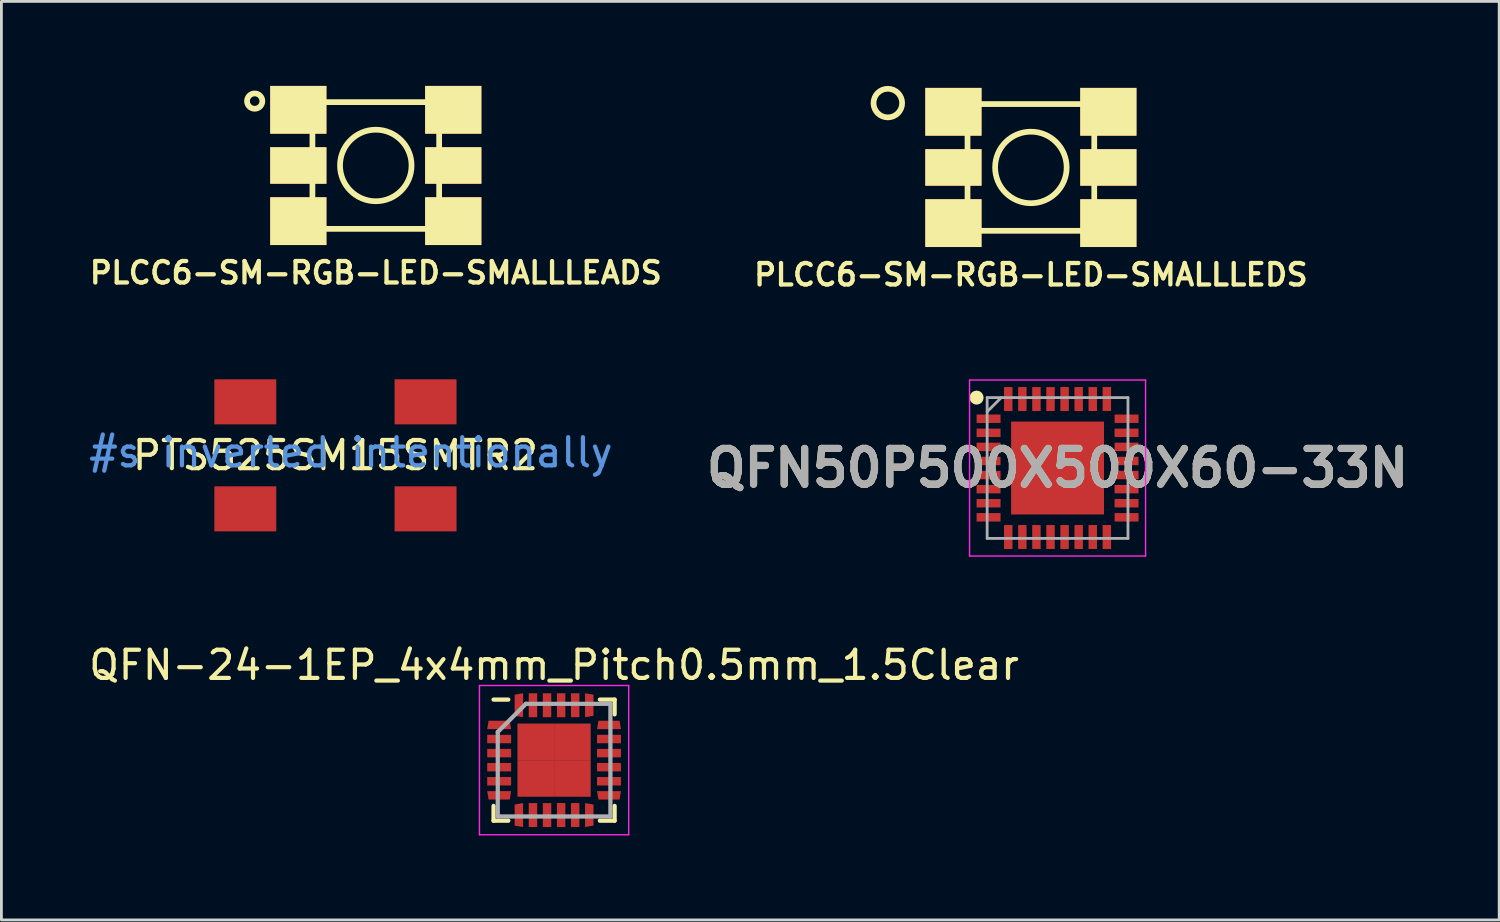
<source format=kicad_pcb>
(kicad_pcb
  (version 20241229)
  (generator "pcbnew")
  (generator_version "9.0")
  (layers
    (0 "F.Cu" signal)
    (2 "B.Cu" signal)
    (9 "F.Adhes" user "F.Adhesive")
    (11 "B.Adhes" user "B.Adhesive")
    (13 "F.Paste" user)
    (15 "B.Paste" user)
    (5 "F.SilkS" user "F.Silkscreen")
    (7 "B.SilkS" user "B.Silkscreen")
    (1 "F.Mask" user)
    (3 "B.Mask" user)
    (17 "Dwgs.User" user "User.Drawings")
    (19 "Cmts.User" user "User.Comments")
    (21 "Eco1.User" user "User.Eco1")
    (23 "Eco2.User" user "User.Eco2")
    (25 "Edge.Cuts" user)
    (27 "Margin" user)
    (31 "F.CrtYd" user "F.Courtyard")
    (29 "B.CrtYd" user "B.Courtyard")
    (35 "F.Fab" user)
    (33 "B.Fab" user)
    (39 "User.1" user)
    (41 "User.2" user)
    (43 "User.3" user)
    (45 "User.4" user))
  (footprint "PTS525SM15SMTR2"
    (layer "F.Cu")
    (at 8.861 13.119)
    (property "Reference" "PTS525SM15SMTR2" (at 0 0 0) (layer "F.SilkS") (effects (font (size 1 1) (thickness 0.15))))
    (attr through_hole)
    (fp_text user "#s inverted intentionally" (at 0.55 -0.1 0) (layer "Cmts.User") (effects (font (size 1 1) (thickness 0.15))))
    (pad "1" smd rect (at -3.2 1.9) (size 2.2 1.6) (layers "F.Cu" "F.Mask" "F.Paste"))
    (pad "2" smd rect (at -3.2 -1.9) (size 2.2 1.6) (layers "F.Cu" "F.Mask" "F.Paste"))
    (pad "3" smd rect (at 3.2 -1.9) (size 2.2 1.6) (layers "F.Cu" "F.Mask" "F.Paste"))
    (pad "4" smd rect (at 3.2 1.9) (size 2.2 1.6) (layers "F.Cu" "F.Mask" "F.Paste")))
  (footprint "QFN-24-1EP_4x4mm_Pitch0.5mm_1.5Clear"
    (layer "F.Cu")
    (at 16.625 23.942)
    (property "Reference" "QFN-24-1EP_4x4mm_Pitch0.5mm_1.5Clear" (at 0 -3.375 0) (layer "F.SilkS") (effects (font (size 1 1) (thickness 0.15))))
    (attr smd)
    (fp_line (start -2.15 -2.15) (end -1.625 -2.15) (stroke (width 0.15) (type solid)) (layer "F.SilkS"))
    (fp_line (start -2.15 2.15) (end -2.15 1.625) (stroke (width 0.15) (type solid)) (layer "F.SilkS"))
    (fp_line (start -2.15 2.15) (end -1.625 2.15) (stroke (width 0.15) (type solid)) (layer "F.SilkS"))
    (fp_line (start 2.15 -2.15) (end 1.625 -2.15) (stroke (width 0.15) (type solid)) (layer "F.SilkS"))
    (fp_line (start 2.15 -2.15) (end 2.15 -1.625) (stroke (width 0.15) (type solid)) (layer "F.SilkS"))
    (fp_line (start 2.15 2.15) (end 1.625 2.15) (stroke (width 0.15) (type solid)) (layer "F.SilkS"))
    (fp_line (start 2.15 2.15) (end 2.15 1.625) (stroke (width 0.15) (type solid)) (layer "F.SilkS"))
    (fp_line (start -2.65 -2.65) (end -2.65 2.65) (stroke (width 0.05) (type solid)) (layer "F.CrtYd"))
    (fp_line (start -2.65 -2.65) (end 2.65 -2.65) (stroke (width 0.05) (type solid)) (layer "F.CrtYd"))
    (fp_line (start -2.65 2.65) (end 2.65 2.65) (stroke (width 0.05) (type solid)) (layer "F.CrtYd"))
    (fp_line (start 2.65 -2.65) (end 2.65 2.65) (stroke (width 0.05) (type solid)) (layer "F.CrtYd"))
    (fp_line (start -2 -1) (end -1 -2) (stroke (width 0.15) (type solid)) (layer "F.Fab"))
    (fp_line (start -2 2) (end -2 -1) (stroke (width 0.15) (type solid)) (layer "F.Fab"))
    (fp_line (start -1 -2) (end 2 -2) (stroke (width 0.15) (type solid)) (layer "F.Fab"))
    (fp_line (start 2 -2) (end 2 2) (stroke (width 0.15) (type solid)) (layer "F.Fab"))
    (fp_line (start 2 2) (end -2 2) (stroke (width 0.15) (type solid)) (layer "F.Fab"))
    (pad "1" smd trapezoid (at -1.95 -1.25) (size 0.8 0.3) (rect_delta 0 0.05) (layers "F.Cu" "F.Mask" "F.Paste"))
    (pad "2" smd rect (at -1.95 -0.75) (size 0.85 0.3) (layers "F.Cu" "F.Mask" "F.Paste"))
    (pad "3" smd rect (at -1.95 -0.25) (size 0.85 0.3) (layers "F.Cu" "F.Mask" "F.Paste"))
    (pad "4" smd rect (at -1.95 0.25) (size 0.85 0.3) (layers "F.Cu" "F.Mask" "F.Paste"))
    (pad "5" smd rect (at -1.95 0.75) (size 0.85 0.3) (layers "F.Cu" "F.Mask" "F.Paste"))
    (pad "6" smd trapezoid (at -1.95 1.25 180) (size 0.8 0.3) (rect_delta 0 0.05) (layers "F.Cu" "F.Mask" "F.Paste"))
    (pad "7" smd trapezoid (at -1.25 1.95 90) (size 0.8 0.3) (rect_delta 0 0.05) (layers "F.Cu" "F.Mask" "F.Paste"))
    (pad "8" smd rect (at -0.75 1.95 90) (size 0.85 0.3) (layers "F.Cu" "F.Mask" "F.Paste"))
    (pad "9" smd rect (at -0.25 1.95 90) (size 0.85 0.3) (layers "F.Cu" "F.Mask" "F.Paste"))
    (pad "10" smd rect (at 0.25 1.95 90) (size 0.85 0.3) (layers "F.Cu" "F.Mask" "F.Paste"))
    (pad "11" smd rect (at 0.75 1.95 90) (size 0.85 0.3) (layers "F.Cu" "F.Mask" "F.Paste"))
    (pad "12" smd trapezoid (at 1.25 1.95 270) (size 0.8 0.3) (rect_delta 0 0.05) (layers "F.Cu" "F.Mask" "F.Paste"))
    (pad "13" smd trapezoid (at 1.95 1.25 180) (size 0.8 0.3) (rect_delta 0 0.05) (layers "F.Cu" "F.Mask" "F.Paste"))
    (pad "14" smd rect (at 1.95 0.75) (size 0.85 0.3) (layers "F.Cu" "F.Mask" "F.Paste"))
    (pad "15" smd rect (at 1.95 0.25) (size 0.85 0.3) (layers "F.Cu" "F.Mask" "F.Paste"))
    (pad "16" smd rect (at 1.95 -0.25) (size 0.85 0.3) (layers "F.Cu" "F.Mask" "F.Paste"))
    (pad "17" smd rect (at 1.95 -0.75) (size 0.85 0.3) (layers "F.Cu" "F.Mask" "F.Paste"))
    (pad "18" smd trapezoid (at 1.95 -1.25) (size 0.8 0.3) (rect_delta 0 0.05) (layers "F.Cu" "F.Mask" "F.Paste"))
    (pad "19" smd trapezoid (at 1.25 -1.95 270) (size 0.8 0.3) (rect_delta 0 0.05) (layers "F.Cu" "F.Mask" "F.Paste"))
    (pad "20" smd rect (at 0.75 -1.95 90) (size 0.85 0.3) (layers "F.Cu" "F.Mask" "F.Paste"))
    (pad "21" smd rect (at 0.25 -1.95 90) (size 0.85 0.3) (layers "F.Cu" "F.Mask" "F.Paste"))
    (pad "22" smd rect (at -0.25 -1.95 90) (size 0.85 0.3) (layers "F.Cu" "F.Mask" "F.Paste"))
    (pad "23" smd rect (at -0.75 -1.95 90) (size 0.85 0.3) (layers "F.Cu" "F.Mask" "F.Paste"))
    (pad "24" smd trapezoid (at -1.25 -1.95 90) (size 0.8 0.3) (rect_delta 0 0.05) (layers "F.Cu" "F.Mask" "F.Paste"))
    (pad "25" smd rect (at -0.65 -0.65) (size 1.3 1.3) (layers "F.Cu" "F.Mask" "F.Paste"))
    (pad "25" smd rect (at -0.65 0.65) (size 1.3 1.3) (layers "F.Cu" "F.Mask" "F.Paste"))
    (pad "25" smd rect (at 0.65 -0.65) (size 1.3 1.3) (layers "F.Cu" "F.Mask" "F.Paste"))
    (pad "25" smd rect (at 0.65 0.65) (size 1.3 1.3) (layers "F.Cu" "F.Mask" "F.Paste")))
  (footprint "PLCC6-SM-RGB-LED-SMALLLEADS"
    (layer "F.Cu")
    (at 10.294 2.826)
    (property "Reference" "PLCC6-SM-RGB-LED-SMALLLEADS" (at 0 3.81 0) (layer "F.SilkS") (effects (font (size 0.762 0.762) (thickness 0.152))))
    (attr smd)
    (fp_line (start -2.25 -2.25) (end 2.25 -2.25) (stroke (width 0.203) (type solid)) (layer "F.SilkS"))
    (fp_line (start -2.25 2.25) (end -2.25 -2.25) (stroke (width 0.203) (type solid)) (layer "F.SilkS"))
    (fp_line (start 2.25 -2.25) (end 2.25 2.25) (stroke (width 0.203) (type solid)) (layer "F.SilkS"))
    (fp_line (start 2.25 2.25) (end -2.25 2.25) (stroke (width 0.203) (type solid)) (layer "F.SilkS"))
    (fp_circle (center -4.3 -2.286) (end -4.572 -2.286) (stroke (width 0.203) (type solid)) (fill no) (layer "F.SilkS"))
    (fp_circle (center 0 0) (end 0 -1.27) (stroke (width 0.203) (type solid)) (fill no) (layer "F.SilkS"))
    (pad "1" smd rect (at -2.751 -1.976) (size 2 1.699) (layers "F.Cu" "F.Mask" "F.SilkS" "F.Paste"))
    (pad "2" smd rect (at -2.751 0) (size 2 1.3) (layers "F.Cu" "F.Mask" "F.SilkS" "F.Paste"))
    (pad "3" smd rect (at -2.751 1.976) (size 2 1.699) (layers "F.Cu" "F.Mask" "F.SilkS" "F.Paste"))
    (pad "4" smd rect (at 2.751 1.976) (size 2 1.699) (layers "F.Cu" "F.Mask" "F.SilkS" "F.Paste"))
    (pad "5" smd rect (at 2.751 0) (size 2 1.3) (layers "F.Cu" "F.Mask" "F.SilkS" "F.Paste"))
    (pad "6" smd rect (at 2.751 -1.976) (size 2 1.699) (layers "F.Cu" "F.Mask" "F.SilkS" "F.Paste")))
  (footprint "PLCC6-SM-RGB-LED-SMALLLEDS"
    (layer "F.Cu")
    (at 33.556 2.896)
    (property "Reference" "PLCC6-SM-RGB-LED-SMALLLEDS" (at 0 3.81 0) (layer "F.SilkS") (effects (font (size 0.762 0.762) (thickness 0.152))))
    (attr smd)
    (fp_line (start -2.25 -2.25) (end 2.25 -2.25) (stroke (width 0.203) (type solid)) (layer "F.SilkS"))
    (fp_line (start -2.25 2.25) (end -2.25 -2.25) (stroke (width 0.203) (type solid)) (layer "F.SilkS"))
    (fp_line (start 2.25 -2.25) (end 2.25 2.25) (stroke (width 0.203) (type solid)) (layer "F.SilkS"))
    (fp_line (start 2.25 2.25) (end -2.25 2.25) (stroke (width 0.203) (type solid)) (layer "F.SilkS"))
    (fp_circle (center -5.08 -2.286) (end -4.572 -2.286) (stroke (width 0.203) (type solid)) (fill no) (layer "F.SilkS"))
    (fp_circle (center 0 0) (end 0 -1.27) (stroke (width 0.203) (type solid)) (fill no) (layer "F.SilkS"))
    (pad "1" smd rect (at -2.751 -1.976) (size 2 1.699) (layers "F.Cu" "F.Mask" "F.SilkS" "F.Paste"))
    (pad "2" smd rect (at -2.751 0) (size 2 1.3) (layers "F.Cu" "F.Mask" "F.SilkS" "F.Paste"))
    (pad "3" smd rect (at -2.751 1.976) (size 2 1.699) (layers "F.Cu" "F.Mask" "F.SilkS" "F.Paste"))
    (pad "4" smd rect (at 2.751 1.976) (size 2 1.699) (layers "F.Cu" "F.Mask" "F.SilkS" "F.Paste"))
    (pad "5" smd rect (at 2.751 0) (size 2 1.3) (layers "F.Cu" "F.Mask" "F.SilkS" "F.Paste"))
    (pad "6" smd rect (at 2.751 -1.976) (size 2 1.699) (layers "F.Cu" "F.Mask" "F.SilkS" "F.Paste")))
  (footprint "QFN50P500X500X60-33N"
    (layer "F.Cu")
    (at 34.503 13.569)
    (property "Reference" "QFN50P500X500X60-33N" (at 0 0 0) (layer "F.SilkS") (effects (font (size 1.27 1.27) (thickness 0.254))))
    (attr smd)
    (fp_circle (center -2.875 -2.5) (end -2.875 -2.375) (stroke (width 0.25) (type solid)) (fill no) (layer "F.SilkS"))
    (fp_line (start -3.125 -3.125) (end 3.125 -3.125) (stroke (width 0.05) (type solid)) (layer "F.CrtYd"))
    (fp_line (start -3.125 3.125) (end -3.125 -3.125) (stroke (width 0.05) (type solid)) (layer "F.CrtYd"))
    (fp_line (start 3.125 -3.125) (end 3.125 3.125) (stroke (width 0.05) (type solid)) (layer "F.CrtYd"))
    (fp_line (start 3.125 3.125) (end -3.125 3.125) (stroke (width 0.05) (type solid)) (layer "F.CrtYd"))
    (fp_line (start -2.5 -2.5) (end 2.5 -2.5) (stroke (width 0.1) (type solid)) (layer "F.Fab"))
    (fp_line (start -2.5 -2) (end -2 -2.5) (stroke (width 0.1) (type solid)) (layer "F.Fab"))
    (fp_line (start -2.5 2.5) (end -2.5 -2.5) (stroke (width 0.1) (type solid)) (layer "F.Fab"))
    (fp_line (start 2.5 -2.5) (end 2.5 2.5) (stroke (width 0.1) (type solid)) (layer "F.Fab"))
    (fp_line (start 2.5 2.5) (end -2.5 2.5) (stroke (width 0.1) (type solid)) (layer "F.Fab"))
    (fp_text user "${REFERENCE}" (at 0 0 0) (layer "F.Fab") (effects (font (size 1.27 1.27) (thickness 0.254))))
    (pad "1" smd rect (at -2.45 -1.75 90) (size 0.3 0.85) (layers "F.Cu" "F.Mask" "F.Paste"))
    (pad "2" smd rect (at -2.45 -1.25 90) (size 0.3 0.85) (layers "F.Cu" "F.Mask" "F.Paste"))
    (pad "3" smd rect (at -2.45 -0.75 90) (size 0.3 0.85) (layers "F.Cu" "F.Mask" "F.Paste"))
    (pad "4" smd rect (at -2.45 -0.25 90) (size 0.3 0.85) (layers "F.Cu" "F.Mask" "F.Paste"))
    (pad "5" smd rect (at -2.45 0.25 90) (size 0.3 0.85) (layers "F.Cu" "F.Mask" "F.Paste"))
    (pad "6" smd rect (at -2.45 0.75 90) (size 0.3 0.85) (layers "F.Cu" "F.Mask" "F.Paste"))
    (pad "7" smd rect (at -2.45 1.25 90) (size 0.3 0.85) (layers "F.Cu" "F.Mask" "F.Paste"))
    (pad "8" smd rect (at -2.45 1.75 90) (size 0.3 0.85) (layers "F.Cu" "F.Mask" "F.Paste"))
    (pad "9" smd rect (at -1.75 2.45) (size 0.3 0.85) (layers "F.Cu" "F.Mask" "F.Paste"))
    (pad "10" smd rect (at -1.25 2.45) (size 0.3 0.85) (layers "F.Cu" "F.Mask" "F.Paste"))
    (pad "11" smd rect (at -0.75 2.45) (size 0.3 0.85) (layers "F.Cu" "F.Mask" "F.Paste"))
    (pad "12" smd rect (at -0.25 2.45) (size 0.3 0.85) (layers "F.Cu" "F.Mask" "F.Paste"))
    (pad "13" smd rect (at 0.25 2.45) (size 0.3 0.85) (layers "F.Cu" "F.Mask" "F.Paste"))
    (pad "14" smd rect (at 0.75 2.45) (size 0.3 0.85) (layers "F.Cu" "F.Mask" "F.Paste"))
    (pad "15" smd rect (at 1.25 2.45) (size 0.3 0.85) (layers "F.Cu" "F.Mask" "F.Paste"))
    (pad "16" smd rect (at 1.75 2.45) (size 0.3 0.85) (layers "F.Cu" "F.Mask" "F.Paste"))
    (pad "17" smd rect (at 2.45 1.75 90) (size 0.3 0.85) (layers "F.Cu" "F.Mask" "F.Paste"))
    (pad "18" smd rect (at 2.45 1.25 90) (size 0.3 0.85) (layers "F.Cu" "F.Mask" "F.Paste"))
    (pad "19" smd rect (at 2.45 0.75 90) (size 0.3 0.85) (layers "F.Cu" "F.Mask" "F.Paste"))
    (pad "20" smd rect (at 2.45 0.25 90) (size 0.3 0.85) (layers "F.Cu" "F.Mask" "F.Paste"))
    (pad "21" smd rect (at 2.45 -0.25 90) (size 0.3 0.85) (layers "F.Cu" "F.Mask" "F.Paste"))
    (pad "22" smd rect (at 2.45 -0.75 90) (size 0.3 0.85) (layers "F.Cu" "F.Mask" "F.Paste"))
    (pad "23" smd rect (at 2.45 -1.25 90) (size 0.3 0.85) (layers "F.Cu" "F.Mask" "F.Paste"))
    (pad "24" smd rect (at 2.45 -1.75 90) (size 0.3 0.85) (layers "F.Cu" "F.Mask" "F.Paste"))
    (pad "25" smd rect (at 1.75 -2.45) (size 0.3 0.85) (layers "F.Cu" "F.Mask" "F.Paste"))
    (pad "26" smd rect (at 1.25 -2.45) (size 0.3 0.85) (layers "F.Cu" "F.Mask" "F.Paste"))
    (pad "27" smd rect (at 0.75 -2.45) (size 0.3 0.85) (layers "F.Cu" "F.Mask" "F.Paste"))
    (pad "28" smd rect (at 0.25 -2.45) (size 0.3 0.85) (layers "F.Cu" "F.Mask" "F.Paste"))
    (pad "29" smd rect (at -0.25 -2.45) (size 0.3 0.85) (layers "F.Cu" "F.Mask" "F.Paste"))
    (pad "30" smd rect (at -0.75 -2.45) (size 0.3 0.85) (layers "F.Cu" "F.Mask" "F.Paste"))
    (pad "31" smd rect (at -1.25 -2.45) (size 0.3 0.85) (layers "F.Cu" "F.Mask" "F.Paste"))
    (pad "32" smd rect (at -1.75 -2.45) (size 0.3 0.85) (layers "F.Cu" "F.Mask" "F.Paste"))
    (pad "33" smd rect (at 0 0) (size 3.3 3.3) (layers "F.Cu" "F.Mask" "F.Paste")))
  (gr_rect
    (start -3 -3)
    (end 50.185 29.617)
    (stroke (width 0.1) (type default))
    (fill no)
    (layer "Edge.Cuts")))
</source>
